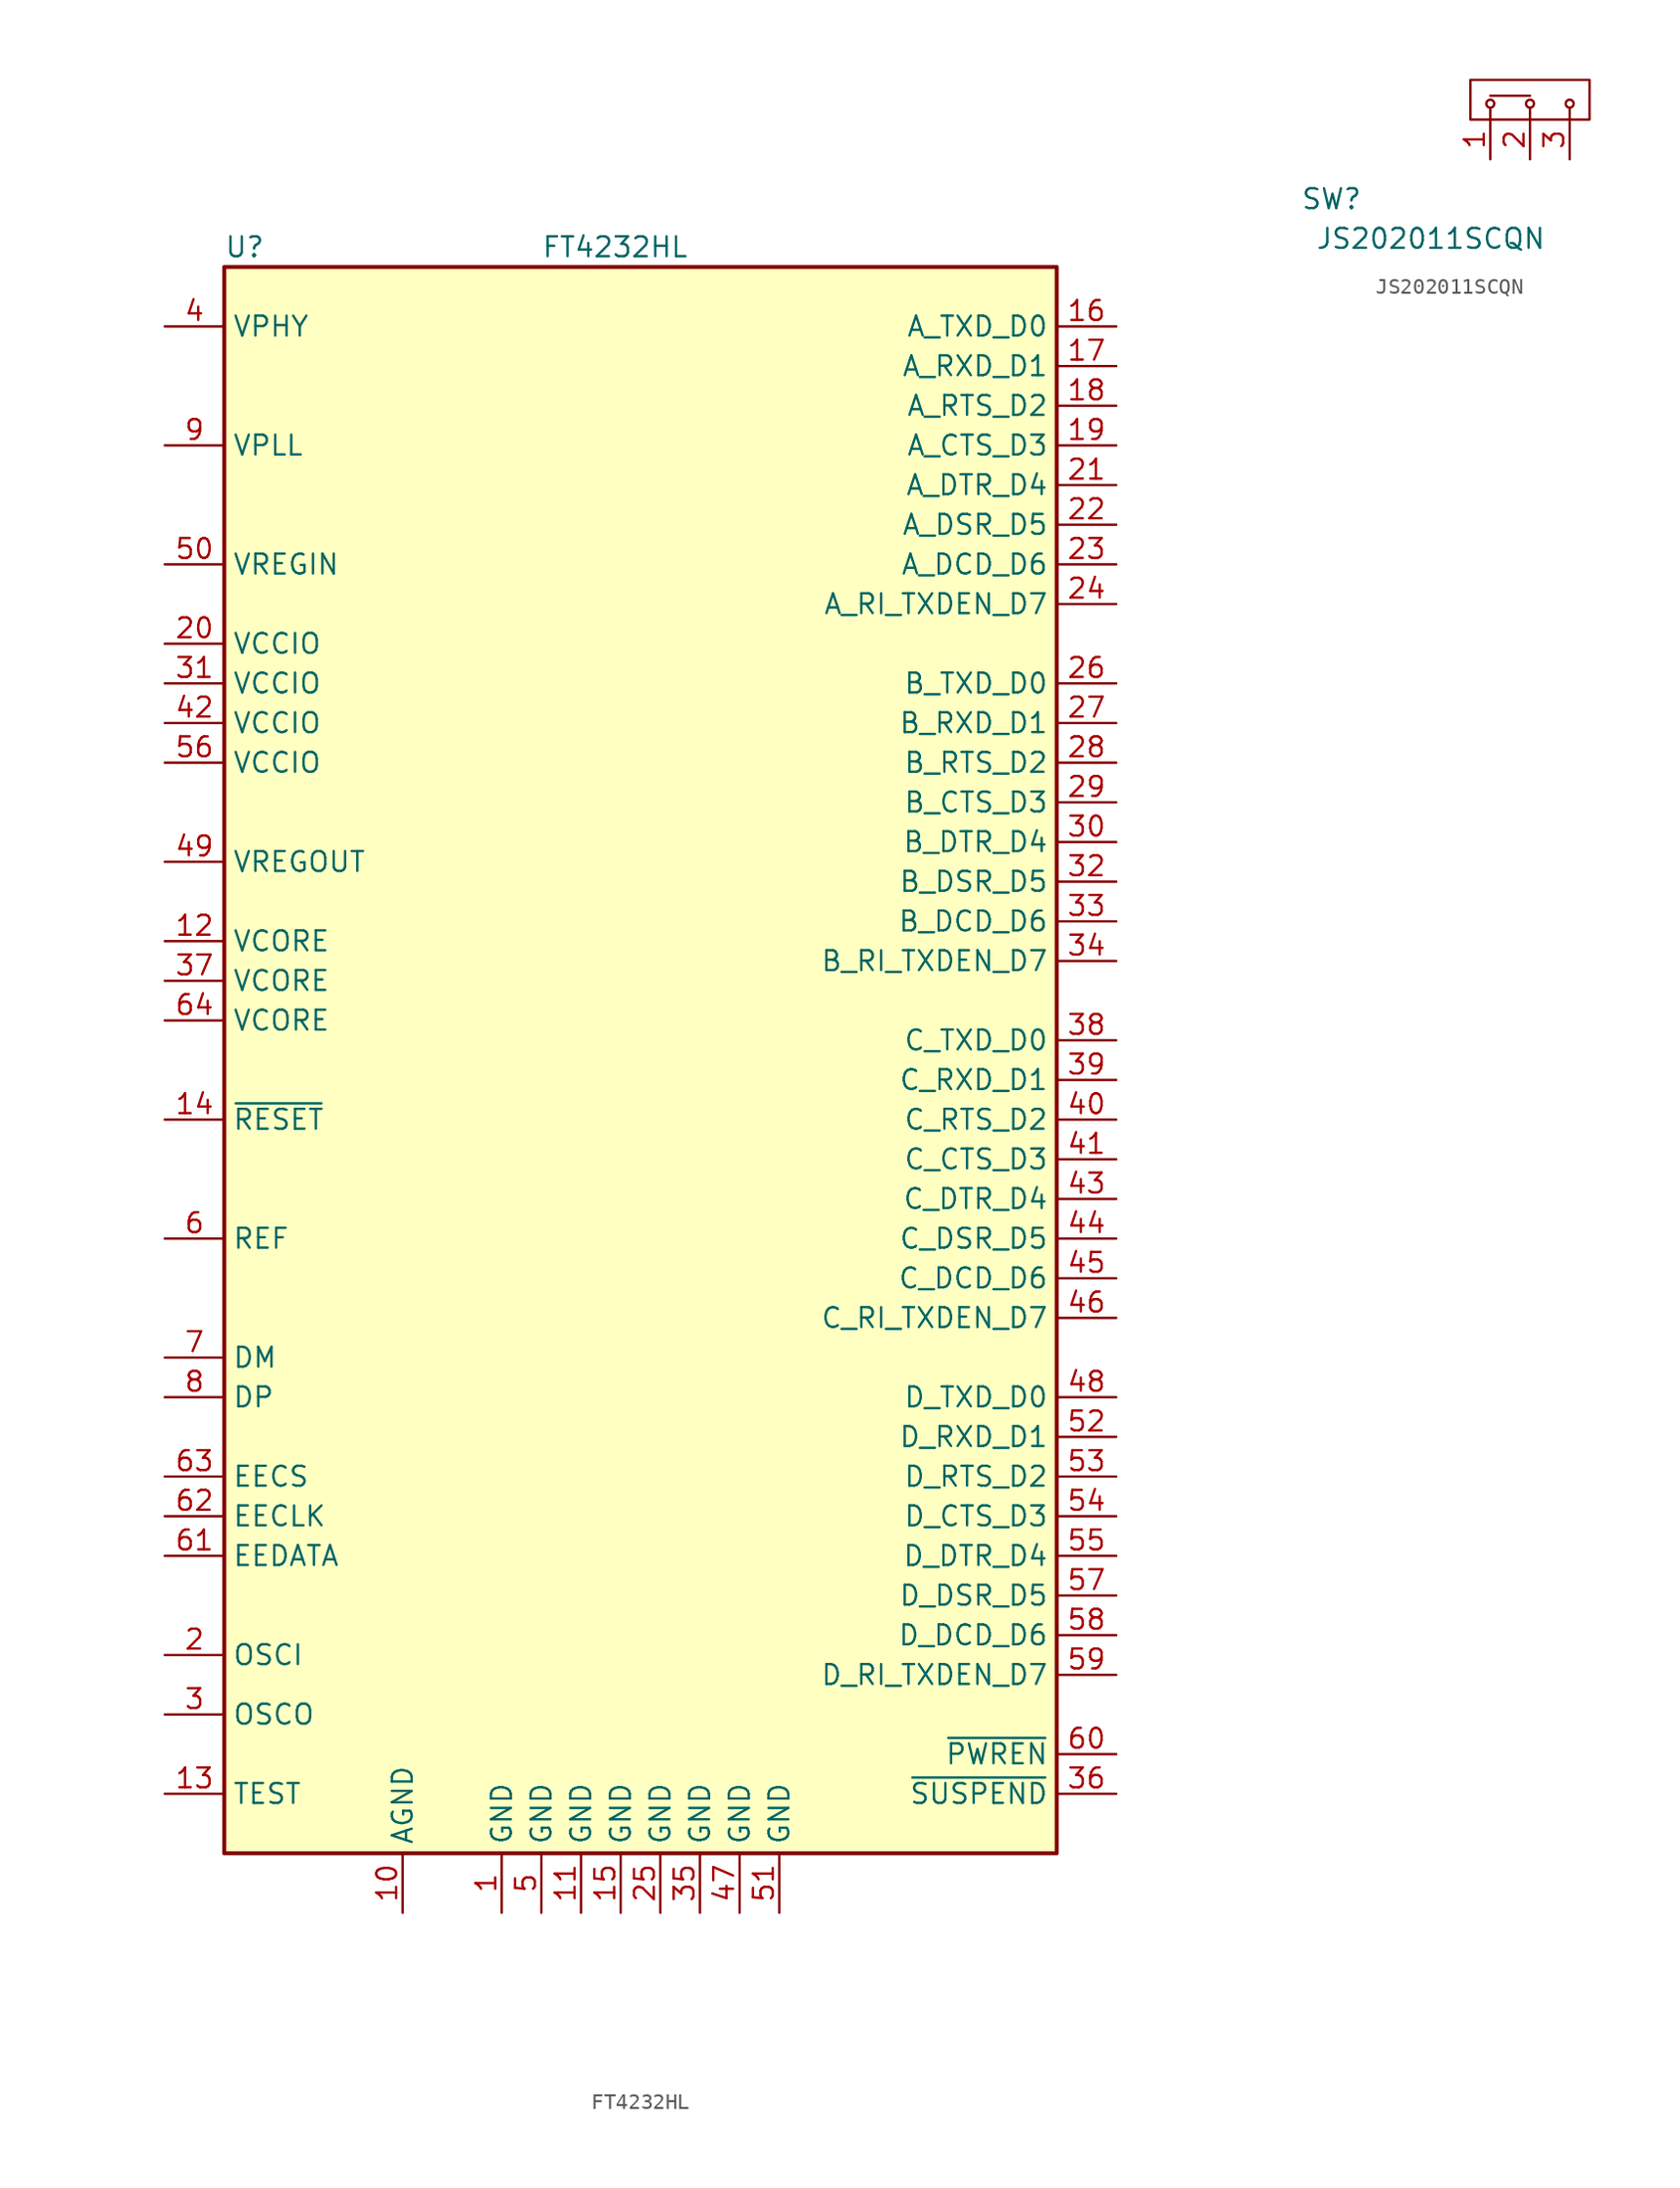
<source format=kicad_sym>
(kicad_symbol_lib
  (version 20211014)
  (generator kicad_symbol_editor)
  (symbol "FT4232HL"
    (property "Reference" "U"
      (at -26.67 53.34 0)
      (effects (font (size 1.27 1.27)) (justify left)))
    (property "Value" "FT4232HL"
      (at -6.35 53.34 0)
      (effects (font (size 1.27 1.27)) (justify left)))
    (symbol "FT4232HL_0_1"
      (rectangle (start -26.67 -49.53) (end 26.67 52.07) (stroke (width 0.254) (type default) (color 0 0 0 0)) (fill (type background))))
    (symbol "FT4232HL_1_1"
      (pin power_in line (at -8.89 -53.34 90) (length 3.81) (name "GND" (effects (font (size 1.27 1.27)))) (number "1" (effects (font (size 1.27 1.27)))))
      (pin power_in line (at -15.24 -53.34 90) (length 3.81) (name "AGND" (effects (font (size 1.27 1.27)))) (number "10" (effects (font (size 1.27 1.27)))))
      (pin power_in line (at -3.81 -53.34 90) (length 3.81) (name "GND" (effects (font (size 1.27 1.27)))) (number "11" (effects (font (size 1.27 1.27)))))
      (pin power_in line (at -30.48 8.89 0) (length 3.81) (name "VCORE" (effects (font (size 1.27 1.27)))) (number "12" (effects (font (size 1.27 1.27)))))
      (pin input line (at -30.48 -45.72 0) (length 3.81) (name "TEST" (effects (font (size 1.27 1.27)))) (number "13" (effects (font (size 1.27 1.27)))))
      (pin input line (at -30.48 -2.54 0) (length 3.81) (name "~{RESET}" (effects (font (size 1.27 1.27)))) (number "14" (effects (font (size 1.27 1.27)))))
      (pin power_in line (at -1.27 -53.34 90) (length 3.81) (name "GND" (effects (font (size 1.27 1.27)))) (number "15" (effects (font (size 1.27 1.27)))))
      (pin bidirectional line (at 30.48 48.26 180) (length 3.81) (name "A_TXD_D0" (effects (font (size 1.27 1.27)))) (number "16" (effects (font (size 1.27 1.27)))))
      (pin bidirectional line (at 30.48 45.72 180) (length 3.81) (name "A_RXD_D1" (effects (font (size 1.27 1.27)))) (number "17" (effects (font (size 1.27 1.27)))))
      (pin bidirectional line (at 30.48 43.18 180) (length 3.81) (name "A_RTS_D2" (effects (font (size 1.27 1.27)))) (number "18" (effects (font (size 1.27 1.27)))))
      (pin bidirectional line (at 30.48 40.64 180) (length 3.81) (name "A_CTS_D3" (effects (font (size 1.27 1.27)))) (number "19" (effects (font (size 1.27 1.27)))))
      (pin input line (at -30.48 -36.83 0) (length 3.81) (name "OSCI" (effects (font (size 1.27 1.27)))) (number "2" (effects (font (size 1.27 1.27)))))
      (pin power_in line (at -30.48 27.94 0) (length 3.81) (name "VCCIO" (effects (font (size 1.27 1.27)))) (number "20" (effects (font (size 1.27 1.27)))))
      (pin bidirectional line (at 30.48 38.1 180) (length 3.81) (name "A_DTR_D4" (effects (font (size 1.27 1.27)))) (number "21" (effects (font (size 1.27 1.27)))))
      (pin bidirectional line (at 30.48 35.56 180) (length 3.81) (name "A_DSR_D5" (effects (font (size 1.27 1.27)))) (number "22" (effects (font (size 1.27 1.27)))))
      (pin bidirectional line (at 30.48 33.02 180) (length 3.81) (name "A_DCD_D6" (effects (font (size 1.27 1.27)))) (number "23" (effects (font (size 1.27 1.27)))))
      (pin bidirectional line (at 30.48 30.48 180) (length 3.81) (name "A_RI_TXDEN_D7" (effects (font (size 1.27 1.27)))) (number "24" (effects (font (size 1.27 1.27)))))
      (pin power_in line (at 1.27 -53.34 90) (length 3.81) (name "GND" (effects (font (size 1.27 1.27)))) (number "25" (effects (font (size 1.27 1.27)))))
      (pin bidirectional line (at 30.48 25.4 180) (length 3.81) (name "B_TXD_D0" (effects (font (size 1.27 1.27)))) (number "26" (effects (font (size 1.27 1.27)))))
      (pin bidirectional line (at 30.48 22.86 180) (length 3.81) (name "B_RXD_D1" (effects (font (size 1.27 1.27)))) (number "27" (effects (font (size 1.27 1.27)))))
      (pin bidirectional line (at 30.48 20.32 180) (length 3.81) (name "B_RTS_D2" (effects (font (size 1.27 1.27)))) (number "28" (effects (font (size 1.27 1.27)))))
      (pin bidirectional line (at 30.48 17.78 180) (length 3.81) (name "B_CTS_D3" (effects (font (size 1.27 1.27)))) (number "29" (effects (font (size 1.27 1.27)))))
      (pin output line (at -30.48 -40.64 0) (length 3.81) (name "OSCO" (effects (font (size 1.27 1.27)))) (number "3" (effects (font (size 1.27 1.27)))))
      (pin bidirectional line (at 30.48 15.24 180) (length 3.81) (name "B_DTR_D4" (effects (font (size 1.27 1.27)))) (number "30" (effects (font (size 1.27 1.27)))))
      (pin power_in line (at -30.48 25.4 0) (length 3.81) (name "VCCIO" (effects (font (size 1.27 1.27)))) (number "31" (effects (font (size 1.27 1.27)))))
      (pin bidirectional line (at 30.48 12.7 180) (length 3.81) (name "B_DSR_D5" (effects (font (size 1.27 1.27)))) (number "32" (effects (font (size 1.27 1.27)))))
      (pin bidirectional line (at 30.48 10.16 180) (length 3.81) (name "B_DCD_D6" (effects (font (size 1.27 1.27)))) (number "33" (effects (font (size 1.27 1.27)))))
      (pin bidirectional line (at 30.48 7.62 180) (length 3.81) (name "B_RI_TXDEN_D7" (effects (font (size 1.27 1.27)))) (number "34" (effects (font (size 1.27 1.27)))))
      (pin power_in line (at 3.81 -53.34 90) (length 3.81) (name "GND" (effects (font (size 1.27 1.27)))) (number "35" (effects (font (size 1.27 1.27)))))
      (pin output line (at 30.48 -45.72 180) (length 3.81) (name "~{SUSPEND}" (effects (font (size 1.27 1.27)))) (number "36" (effects (font (size 1.27 1.27)))))
      (pin power_in line (at -30.48 6.35 0) (length 3.81) (name "VCORE" (effects (font (size 1.27 1.27)))) (number "37" (effects (font (size 1.27 1.27)))))
      (pin bidirectional line (at 30.48 2.54 180) (length 3.81) (name "C_TXD_D0" (effects (font (size 1.27 1.27)))) (number "38" (effects (font (size 1.27 1.27)))))
      (pin bidirectional line (at 30.48 0 180) (length 3.81) (name "C_RXD_D1" (effects (font (size 1.27 1.27)))) (number "39" (effects (font (size 1.27 1.27)))))
      (pin power_in line (at -30.48 48.26 0) (length 3.81) (name "VPHY" (effects (font (size 1.27 1.27)))) (number "4" (effects (font (size 1.27 1.27)))))
      (pin bidirectional line (at 30.48 -2.54 180) (length 3.81) (name "C_RTS_D2" (effects (font (size 1.27 1.27)))) (number "40" (effects (font (size 1.27 1.27)))))
      (pin bidirectional line (at 30.48 -5.08 180) (length 3.81) (name "C_CTS_D3" (effects (font (size 1.27 1.27)))) (number "41" (effects (font (size 1.27 1.27)))))
      (pin power_in line (at -30.48 22.86 0) (length 3.81) (name "VCCIO" (effects (font (size 1.27 1.27)))) (number "42" (effects (font (size 1.27 1.27)))))
      (pin bidirectional line (at 30.48 -7.62 180) (length 3.81) (name "C_DTR_D4" (effects (font (size 1.27 1.27)))) (number "43" (effects (font (size 1.27 1.27)))))
      (pin bidirectional line (at 30.48 -10.16 180) (length 3.81) (name "C_DSR_D5" (effects (font (size 1.27 1.27)))) (number "44" (effects (font (size 1.27 1.27)))))
      (pin bidirectional line (at 30.48 -12.7 180) (length 3.81) (name "C_DCD_D6" (effects (font (size 1.27 1.27)))) (number "45" (effects (font (size 1.27 1.27)))))
      (pin bidirectional line (at 30.48 -15.24 180) (length 3.81) (name "C_RI_TXDEN_D7" (effects (font (size 1.27 1.27)))) (number "46" (effects (font (size 1.27 1.27)))))
      (pin power_in line (at 6.35 -53.34 90) (length 3.81) (name "GND" (effects (font (size 1.27 1.27)))) (number "47" (effects (font (size 1.27 1.27)))))
      (pin bidirectional line (at 30.48 -20.32 180) (length 3.81) (name "D_TXD_D0" (effects (font (size 1.27 1.27)))) (number "48" (effects (font (size 1.27 1.27)))))
      (pin power_out line (at -30.48 13.97 0) (length 3.81) (name "VREGOUT" (effects (font (size 1.27 1.27)))) (number "49" (effects (font (size 1.27 1.27)))))
      (pin power_in line (at -6.35 -53.34 90) (length 3.81) (name "GND" (effects (font (size 1.27 1.27)))) (number "5" (effects (font (size 1.27 1.27)))))
      (pin power_in line (at -30.48 33.02 0) (length 3.81) (name "VREGIN" (effects (font (size 1.27 1.27)))) (number "50" (effects (font (size 1.27 1.27)))))
      (pin power_in line (at 8.89 -53.34 90) (length 3.81) (name "GND" (effects (font (size 1.27 1.27)))) (number "51" (effects (font (size 1.27 1.27)))))
      (pin bidirectional line (at 30.48 -22.86 180) (length 3.81) (name "D_RXD_D1" (effects (font (size 1.27 1.27)))) (number "52" (effects (font (size 1.27 1.27)))))
      (pin bidirectional line (at 30.48 -25.4 180) (length 3.81) (name "D_RTS_D2" (effects (font (size 1.27 1.27)))) (number "53" (effects (font (size 1.27 1.27)))))
      (pin bidirectional line (at 30.48 -27.94 180) (length 3.81) (name "D_CTS_D3" (effects (font (size 1.27 1.27)))) (number "54" (effects (font (size 1.27 1.27)))))
      (pin bidirectional line (at 30.48 -30.48 180) (length 3.81) (name "D_DTR_D4" (effects (font (size 1.27 1.27)))) (number "55" (effects (font (size 1.27 1.27)))))
      (pin power_in line (at -30.48 20.32 0) (length 3.81) (name "VCCIO" (effects (font (size 1.27 1.27)))) (number "56" (effects (font (size 1.27 1.27)))))
      (pin bidirectional line (at 30.48 -33.02 180) (length 3.81) (name "D_DSR_D5" (effects (font (size 1.27 1.27)))) (number "57" (effects (font (size 1.27 1.27)))))
      (pin bidirectional line (at 30.48 -35.56 180) (length 3.81) (name "D_DCD_D6" (effects (font (size 1.27 1.27)))) (number "58" (effects (font (size 1.27 1.27)))))
      (pin bidirectional line (at 30.48 -38.1 180) (length 3.81) (name "D_RI_TXDEN_D7" (effects (font (size 1.27 1.27)))) (number "59" (effects (font (size 1.27 1.27)))))
      (pin input line (at -30.48 -10.16 0) (length 3.81) (name "REF" (effects (font (size 1.27 1.27)))) (number "6" (effects (font (size 1.27 1.27)))))
      (pin output line (at 30.48 -43.18 180) (length 3.81) (name "~{PWREN}" (effects (font (size 1.27 1.27)))) (number "60" (effects (font (size 1.27 1.27)))))
      (pin bidirectional line (at -30.48 -30.48 0) (length 3.81) (name "EEDATA" (effects (font (size 1.27 1.27)))) (number "61" (effects (font (size 1.27 1.27)))))
      (pin output line (at -30.48 -27.94 0) (length 3.81) (name "EECLK" (effects (font (size 1.27 1.27)))) (number "62" (effects (font (size 1.27 1.27)))))
      (pin output line (at -30.48 -25.4 0) (length 3.81) (name "EECS" (effects (font (size 1.27 1.27)))) (number "63" (effects (font (size 1.27 1.27)))))
      (pin power_in line (at -30.48 3.81 0) (length 3.81) (name "VCORE" (effects (font (size 1.27 1.27)))) (number "64" (effects (font (size 1.27 1.27)))))
      (pin bidirectional line (at -30.48 -17.78 0) (length 3.81) (name "DM" (effects (font (size 1.27 1.27)))) (number "7" (effects (font (size 1.27 1.27)))))
      (pin bidirectional line (at -30.48 -20.32 0) (length 3.81) (name "DP" (effects (font (size 1.27 1.27)))) (number "8" (effects (font (size 1.27 1.27)))))
      (pin power_in line (at -30.48 40.64 0) (length 3.81) (name "VPLL" (effects (font (size 1.27 1.27)))) (number "9" (effects (font (size 1.27 1.27)))))))
  (symbol "JS202011SCQN"
    (pin_names
      (offset 1.016))
    (property "Reference" "SW"
      (at -12.7 -5.08 0)
      (effects (font (size 1.27 1.27))))
    (property "Value" "JS202011SCQN"
      (at -6.35 -7.62 0)
      (effects (font (size 1.27 1.27))))
    (symbol "JS202011SCQN_0_1"
      (rectangle (start -3.81 2.54) (end 3.81 0) (stroke (width 0) (type default) (color 0 0 0 0)) (fill (type none)))
      (circle (center -2.54 1.016) (radius 0.254) (stroke (width 0) (type default) (color 0 0 0 0)) (fill (type none)))
      (polyline (pts (xy -2.54 0.762) (xy -2.54 0)) (stroke (width 0) (type default) (color 0 0 0 0)) (fill (type none)))
      (polyline (pts (xy 0 1.524) (xy -2.54 1.524)) (stroke (width 0) (type default) (color 0 0 0 0)) (fill (type none)))
      (polyline (pts (xy 0 0.762) (xy 0 0) (xy 0 0.254)) (stroke (width 0) (type default) (color 0 0 0 0)) (fill (type none)))
      (polyline (pts (xy 2.54 0.762) (xy 2.54 0) (xy 2.54 0.254)) (stroke (width 0) (type default) (color 0 0 0 0)) (fill (type none)))
      (circle (center 0 1.016) (radius 0.254) (stroke (width 0) (type default) (color 0 0 0 0)) (fill (type none)))
      (circle (center 2.54 1.016) (radius 0.254) (stroke (width 0) (type default) (color 0 0 0 0)) (fill (type none))))
    (symbol "JS202011SCQN_1_1"
      (pin input line (at -2.54 -2.54 90) (length 2.54) (name "~" (effects (font (size 1.27 1.27)))) (number "1" (effects (font (size 1.27 1.27)))))
      (pin input line (at 0 -2.54 90) (length 2.54) (name "~" (effects (font (size 1.27 1.27)))) (number "2" (effects (font (size 1.27 1.27)))))
      (pin input line (at 2.54 -2.54 90) (length 2.54) (name "~" (effects (font (size 1.27 1.27)))) (number "3" (effects (font (size 1.27 1.27))))))))
</source>
